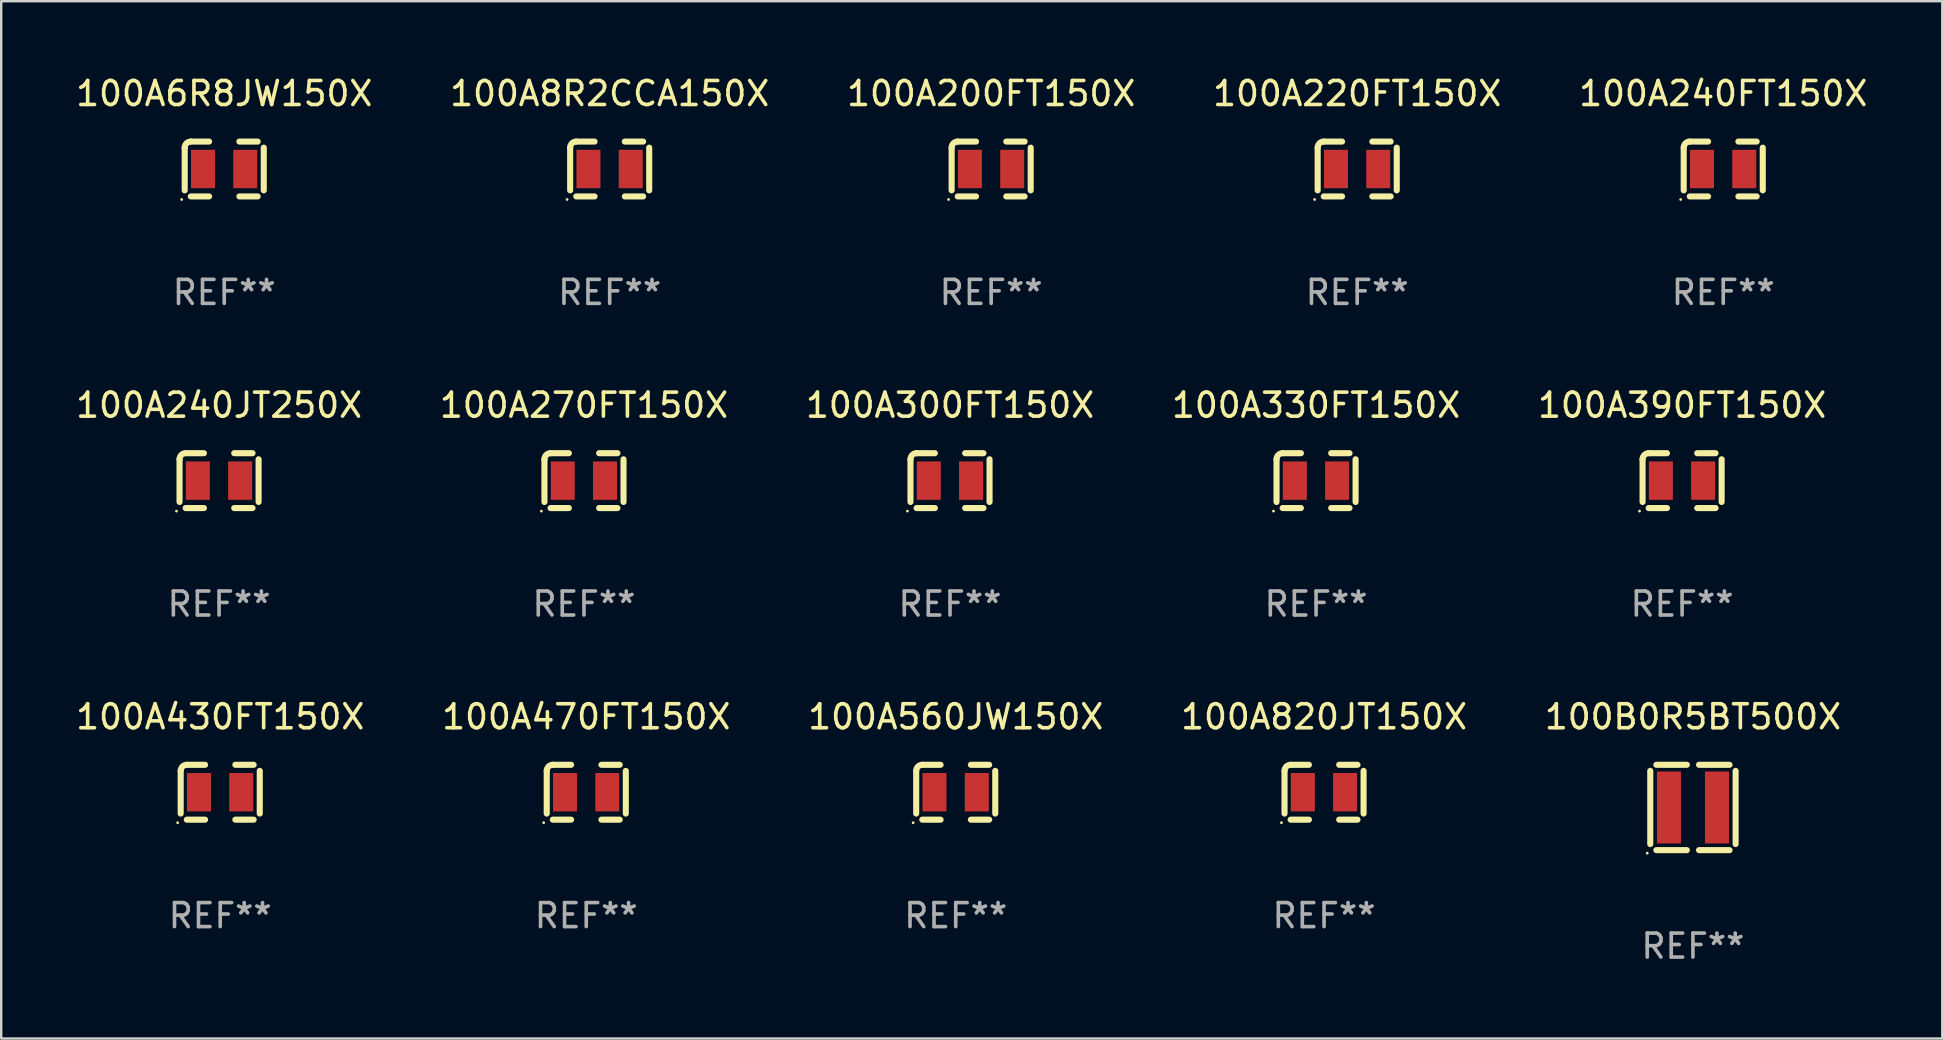
<source format=kicad_pcb>
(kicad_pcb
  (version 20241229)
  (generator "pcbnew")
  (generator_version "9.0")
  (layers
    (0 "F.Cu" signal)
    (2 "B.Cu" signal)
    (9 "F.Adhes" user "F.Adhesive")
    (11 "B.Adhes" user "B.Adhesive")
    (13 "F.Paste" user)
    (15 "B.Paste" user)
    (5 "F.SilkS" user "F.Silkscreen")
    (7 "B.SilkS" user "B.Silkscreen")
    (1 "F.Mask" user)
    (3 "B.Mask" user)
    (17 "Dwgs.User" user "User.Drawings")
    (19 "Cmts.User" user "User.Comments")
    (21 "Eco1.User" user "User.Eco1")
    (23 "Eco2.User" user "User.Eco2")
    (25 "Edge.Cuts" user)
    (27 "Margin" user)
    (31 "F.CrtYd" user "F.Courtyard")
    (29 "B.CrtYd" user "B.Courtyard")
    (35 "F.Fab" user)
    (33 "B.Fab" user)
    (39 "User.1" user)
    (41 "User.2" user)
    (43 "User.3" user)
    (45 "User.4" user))
  (footprint "100A6R8JW150X"
    (layer "F.Cu")
    (at 6.292 3.991)
    (property "Reference" "100A6R8JW150X" (at 0 -3.143 0) (layer "F.SilkS") (effects (font (size 1 1) (thickness 0.15))))
    (attr through_hole)
    (fp_line (start -1.647 -0.889) (end -1.647 0.889) (stroke (width 0.254) (type solid)) (layer "F.SilkS"))
    (fp_line (start -0.631 -1.143) (end -1.393 -1.143) (stroke (width 0.254) (type solid)) (layer "F.SilkS"))
    (fp_line (start -0.631 1.143) (end -1.393 1.143) (stroke (width 0.254) (type solid)) (layer "F.SilkS"))
    (fp_line (start 0.631 -1.143) (end 1.393 -1.143) (stroke (width 0.254) (type solid)) (layer "F.SilkS"))
    (fp_line (start 0.631 1.143) (end 1.393 1.143) (stroke (width 0.254) (type solid)) (layer "F.SilkS"))
    (fp_line (start 1.647 -0.889) (end 1.647 0.889) (stroke (width 0.254) (type solid)) (layer "F.SilkS"))
    (fp_arc (start -1.647002 -0.889002) (mid -1.572607 -1.068607) (end -1.393002 -1.143002) (stroke (width 0.254001) (type solid)) (layer "F.SilkS"))
    (fp_circle (center -1.774 1.27) (end -1.744 1.27) (stroke (width 0.06) (type solid)) (fill no) (layer "F.SilkS"))
    (fp_text user "REF**" (at 0 5.143 0) (layer "F.Fab") (effects (font (size 1 1) (thickness 0.15))))
    (pad "1" smd rect (at -0.885 0) (size 1 1.6) (layers "F.Cu" "F.Mask" "F.Paste"))
    (pad "2" smd rect (at 0.877 0) (size 1 1.6) (layers "F.Cu" "F.Mask" "F.Paste")))
  (footprint "100A470FT150X"
    (layer "F.Cu")
    (at 21.375 29.956)
    (property "Reference" "100A470FT150X" (at 0 -3.143 0) (layer "F.SilkS") (effects (font (size 1 1) (thickness 0.15))))
    (attr through_hole)
    (fp_line (start -1.647 -0.889) (end -1.647 0.889) (stroke (width 0.254) (type solid)) (layer "F.SilkS"))
    (fp_line (start -0.631 -1.143) (end -1.393 -1.143) (stroke (width 0.254) (type solid)) (layer "F.SilkS"))
    (fp_line (start -0.631 1.143) (end -1.393 1.143) (stroke (width 0.254) (type solid)) (layer "F.SilkS"))
    (fp_line (start 0.631 -1.143) (end 1.393 -1.143) (stroke (width 0.254) (type solid)) (layer "F.SilkS"))
    (fp_line (start 0.631 1.143) (end 1.393 1.143) (stroke (width 0.254) (type solid)) (layer "F.SilkS"))
    (fp_line (start 1.647 -0.889) (end 1.647 0.889) (stroke (width 0.254) (type solid)) (layer "F.SilkS"))
    (fp_arc (start -1.647002 -0.889002) (mid -1.572607 -1.068607) (end -1.393002 -1.143002) (stroke (width 0.254001) (type solid)) (layer "F.SilkS"))
    (fp_circle (center -1.774 1.27) (end -1.744 1.27) (stroke (width 0.06) (type solid)) (fill no) (layer "F.SilkS"))
    (fp_text user "REF**" (at 0 5.143 0) (layer "F.Fab") (effects (font (size 1 1) (thickness 0.15))))
    (pad "1" smd rect (at -0.885 0) (size 1 1.6) (layers "F.Cu" "F.Mask" "F.Paste"))
    (pad "2" smd rect (at 0.877 0) (size 1 1.6) (layers "F.Cu" "F.Mask" "F.Paste")))
  (footprint "100A390FT150X"
    (layer "F.Cu")
    (at 67.03 16.974)
    (property "Reference" "100A390FT150X" (at 0 -3.143 0) (layer "F.SilkS") (effects (font (size 1 1) (thickness 0.15))))
    (attr through_hole)
    (fp_line (start -1.647 -0.889) (end -1.647 0.889) (stroke (width 0.254) (type solid)) (layer "F.SilkS"))
    (fp_line (start -0.631 -1.143) (end -1.393 -1.143) (stroke (width 0.254) (type solid)) (layer "F.SilkS"))
    (fp_line (start -0.631 1.143) (end -1.393 1.143) (stroke (width 0.254) (type solid)) (layer "F.SilkS"))
    (fp_line (start 0.631 -1.143) (end 1.393 -1.143) (stroke (width 0.254) (type solid)) (layer "F.SilkS"))
    (fp_line (start 0.631 1.143) (end 1.393 1.143) (stroke (width 0.254) (type solid)) (layer "F.SilkS"))
    (fp_line (start 1.647 -0.889) (end 1.647 0.889) (stroke (width 0.254) (type solid)) (layer "F.SilkS"))
    (fp_arc (start -1.647002 -0.889002) (mid -1.572607 -1.068607) (end -1.393002 -1.143002) (stroke (width 0.254001) (type solid)) (layer "F.SilkS"))
    (fp_circle (center -1.774 1.27) (end -1.744 1.27) (stroke (width 0.06) (type solid)) (fill no) (layer "F.SilkS"))
    (fp_text user "REF**" (at 0 5.143 0) (layer "F.Fab") (effects (font (size 1 1) (thickness 0.15))))
    (pad "1" smd rect (at -0.885 0) (size 1 1.6) (layers "F.Cu" "F.Mask" "F.Paste"))
    (pad "2" smd rect (at 0.877 0) (size 1 1.6) (layers "F.Cu" "F.Mask" "F.Paste")))
  (footprint "100A430FT150X"
    (layer "F.Cu")
    (at 6.125 29.956)
    (property "Reference" "100A430FT150X" (at 0 -3.143 0) (layer "F.SilkS") (effects (font (size 1 1) (thickness 0.15))))
    (attr through_hole)
    (fp_line (start -1.647 -0.889) (end -1.647 0.889) (stroke (width 0.254) (type solid)) (layer "F.SilkS"))
    (fp_line (start -0.631 -1.143) (end -1.393 -1.143) (stroke (width 0.254) (type solid)) (layer "F.SilkS"))
    (fp_line (start -0.631 1.143) (end -1.393 1.143) (stroke (width 0.254) (type solid)) (layer "F.SilkS"))
    (fp_line (start 0.631 -1.143) (end 1.393 -1.143) (stroke (width 0.254) (type solid)) (layer "F.SilkS"))
    (fp_line (start 0.631 1.143) (end 1.393 1.143) (stroke (width 0.254) (type solid)) (layer "F.SilkS"))
    (fp_line (start 1.647 -0.889) (end 1.647 0.889) (stroke (width 0.254) (type solid)) (layer "F.SilkS"))
    (fp_arc (start -1.647002 -0.889002) (mid -1.572607 -1.068607) (end -1.393002 -1.143002) (stroke (width 0.254001) (type solid)) (layer "F.SilkS"))
    (fp_circle (center -1.774 1.27) (end -1.744 1.27) (stroke (width 0.06) (type solid)) (fill no) (layer "F.SilkS"))
    (fp_text user "REF**" (at 0 5.143 0) (layer "F.Fab") (effects (font (size 1 1) (thickness 0.15))))
    (pad "1" smd rect (at -0.885 0) (size 1 1.6) (layers "F.Cu" "F.Mask" "F.Paste"))
    (pad "2" smd rect (at 0.877 0) (size 1 1.6) (layers "F.Cu" "F.Mask" "F.Paste")))
  (footprint "100A820JT150X"
    (layer "F.Cu")
    (at 52.113 29.956)
    (property "Reference" "100A820JT150X" (at 0 -3.143 0) (layer "F.SilkS") (effects (font (size 1 1) (thickness 0.15))))
    (attr through_hole)
    (fp_line (start -1.647 -0.889) (end -1.647 0.889) (stroke (width 0.254) (type solid)) (layer "F.SilkS"))
    (fp_line (start -0.631 -1.143) (end -1.393 -1.143) (stroke (width 0.254) (type solid)) (layer "F.SilkS"))
    (fp_line (start -0.631 1.143) (end -1.393 1.143) (stroke (width 0.254) (type solid)) (layer "F.SilkS"))
    (fp_line (start 0.631 -1.143) (end 1.393 -1.143) (stroke (width 0.254) (type solid)) (layer "F.SilkS"))
    (fp_line (start 0.631 1.143) (end 1.393 1.143) (stroke (width 0.254) (type solid)) (layer "F.SilkS"))
    (fp_line (start 1.647 -0.889) (end 1.647 0.889) (stroke (width 0.254) (type solid)) (layer "F.SilkS"))
    (fp_arc (start -1.647002 -0.889002) (mid -1.572607 -1.068607) (end -1.393002 -1.143002) (stroke (width 0.254001) (type solid)) (layer "F.SilkS"))
    (fp_circle (center -1.774 1.27) (end -1.744 1.27) (stroke (width 0.06) (type solid)) (fill no) (layer "F.SilkS"))
    (fp_text user "REF**" (at 0 5.143 0) (layer "F.Fab") (effects (font (size 1 1) (thickness 0.15))))
    (pad "1" smd rect (at -0.885 0) (size 1 1.6) (layers "F.Cu" "F.Mask" "F.Paste"))
    (pad "2" smd rect (at 0.877 0) (size 1 1.6) (layers "F.Cu" "F.Mask" "F.Paste")))
  (footprint "100B0R5BT500X"
    (layer "F.Cu")
    (at 67.482 30.591)
    (property "Reference" "100B0R5BT500X" (at 0 -3.778 0) (layer "F.SilkS") (effects (font (size 1 1) (thickness 0.15))))
    (attr through_hole)
    (fp_line (start -1.778 -1.524) (end -1.778 1.524) (stroke (width 0.254) (type solid)) (layer "F.SilkS"))
    (fp_line (start -1.524 1.778) (end -0.254 1.778) (stroke (width 0.254) (type solid)) (layer "F.SilkS"))
    (fp_line (start -0.254 -1.778) (end -1.524 -1.778) (stroke (width 0.254) (type solid)) (layer "F.SilkS"))
    (fp_line (start 0.254 -1.778) (end 1.524 -1.778) (stroke (width 0.254) (type solid)) (layer "F.SilkS"))
    (fp_line (start 1.524 1.778) (end 0.254 1.778) (stroke (width 0.254) (type solid)) (layer "F.SilkS"))
    (fp_line (start 1.778 -1.524) (end 1.778 1.524) (stroke (width 0.254) (type solid)) (layer "F.SilkS"))
    (fp_circle (center -1.905 1.905) (end -1.875 1.905) (stroke (width 0.06) (type solid)) (fill no) (layer "F.SilkS"))
    (fp_text user "REF**" (at 0 5.778 0) (layer "F.Fab") (effects (font (size 1 1) (thickness 0.15))))
    (pad "1" smd rect (at -1 0) (size 1 3) (layers "F.Cu" "F.Mask" "F.Paste"))
    (pad "2" smd rect (at 1 0) (size 1 3) (layers "F.Cu" "F.Mask" "F.Paste")))
  (footprint "100A330FT150X"
    (layer "F.Cu")
    (at 51.78 16.974)
    (property "Reference" "100A330FT150X" (at 0 -3.143 0) (layer "F.SilkS") (effects (font (size 1 1) (thickness 0.15))))
    (attr through_hole)
    (fp_line (start -1.647 -0.889) (end -1.647 0.889) (stroke (width 0.254) (type solid)) (layer "F.SilkS"))
    (fp_line (start -0.631 -1.143) (end -1.393 -1.143) (stroke (width 0.254) (type solid)) (layer "F.SilkS"))
    (fp_line (start -0.631 1.143) (end -1.393 1.143) (stroke (width 0.254) (type solid)) (layer "F.SilkS"))
    (fp_line (start 0.631 -1.143) (end 1.393 -1.143) (stroke (width 0.254) (type solid)) (layer "F.SilkS"))
    (fp_line (start 0.631 1.143) (end 1.393 1.143) (stroke (width 0.254) (type solid)) (layer "F.SilkS"))
    (fp_line (start 1.647 -0.889) (end 1.647 0.889) (stroke (width 0.254) (type solid)) (layer "F.SilkS"))
    (fp_arc (start -1.647002 -0.889002) (mid -1.572607 -1.068607) (end -1.393002 -1.143002) (stroke (width 0.254001) (type solid)) (layer "F.SilkS"))
    (fp_circle (center -1.774 1.27) (end -1.744 1.27) (stroke (width 0.06) (type solid)) (fill no) (layer "F.SilkS"))
    (fp_text user "REF**" (at 0 5.143 0) (layer "F.Fab") (effects (font (size 1 1) (thickness 0.15))))
    (pad "1" smd rect (at -0.885 0) (size 1 1.6) (layers "F.Cu" "F.Mask" "F.Paste"))
    (pad "2" smd rect (at 0.877 0) (size 1 1.6) (layers "F.Cu" "F.Mask" "F.Paste")))
  (footprint "100A200FT150X"
    (layer "F.Cu")
    (at 38.244 3.991)
    (property "Reference" "100A200FT150X" (at 0 -3.143 0) (layer "F.SilkS") (effects (font (size 1 1) (thickness 0.15))))
    (attr through_hole)
    (fp_line (start -1.647 -0.889) (end -1.647 0.889) (stroke (width 0.254) (type solid)) (layer "F.SilkS"))
    (fp_line (start -0.631 -1.143) (end -1.393 -1.143) (stroke (width 0.254) (type solid)) (layer "F.SilkS"))
    (fp_line (start -0.631 1.143) (end -1.393 1.143) (stroke (width 0.254) (type solid)) (layer "F.SilkS"))
    (fp_line (start 0.631 -1.143) (end 1.393 -1.143) (stroke (width 0.254) (type solid)) (layer "F.SilkS"))
    (fp_line (start 0.631 1.143) (end 1.393 1.143) (stroke (width 0.254) (type solid)) (layer "F.SilkS"))
    (fp_line (start 1.647 -0.889) (end 1.647 0.889) (stroke (width 0.254) (type solid)) (layer "F.SilkS"))
    (fp_arc (start -1.647002 -0.889002) (mid -1.572607 -1.068607) (end -1.393002 -1.143002) (stroke (width 0.254001) (type solid)) (layer "F.SilkS"))
    (fp_circle (center -1.774 1.27) (end -1.744 1.27) (stroke (width 0.06) (type solid)) (fill no) (layer "F.SilkS"))
    (fp_text user "REF**" (at 0 5.143 0) (layer "F.Fab") (effects (font (size 1 1) (thickness 0.15))))
    (pad "1" smd rect (at -0.885 0) (size 1 1.6) (layers "F.Cu" "F.Mask" "F.Paste"))
    (pad "2" smd rect (at 0.877 0) (size 1 1.6) (layers "F.Cu" "F.Mask" "F.Paste")))
  (footprint "100A240JT250X"
    (layer "F.Cu")
    (at 6.077 16.974)
    (property "Reference" "100A240JT250X" (at 0 -3.143 0) (layer "F.SilkS") (effects (font (size 1 1) (thickness 0.15))))
    (attr through_hole)
    (fp_line (start -1.647 -0.889) (end -1.647 0.889) (stroke (width 0.254) (type solid)) (layer "F.SilkS"))
    (fp_line (start -0.631 -1.143) (end -1.393 -1.143) (stroke (width 0.254) (type solid)) (layer "F.SilkS"))
    (fp_line (start -0.631 1.143) (end -1.393 1.143) (stroke (width 0.254) (type solid)) (layer "F.SilkS"))
    (fp_line (start 0.631 -1.143) (end 1.393 -1.143) (stroke (width 0.254) (type solid)) (layer "F.SilkS"))
    (fp_line (start 0.631 1.143) (end 1.393 1.143) (stroke (width 0.254) (type solid)) (layer "F.SilkS"))
    (fp_line (start 1.647 -0.889) (end 1.647 0.889) (stroke (width 0.254) (type solid)) (layer "F.SilkS"))
    (fp_arc (start -1.647002 -0.889002) (mid -1.572607 -1.068607) (end -1.393002 -1.143002) (stroke (width 0.254001) (type solid)) (layer "F.SilkS"))
    (fp_circle (center -1.774 1.27) (end -1.744 1.27) (stroke (width 0.06) (type solid)) (fill no) (layer "F.SilkS"))
    (fp_text user "REF**" (at 0 5.143 0) (layer "F.Fab") (effects (font (size 1 1) (thickness 0.15))))
    (pad "1" smd rect (at -0.885 0) (size 1 1.6) (layers "F.Cu" "F.Mask" "F.Paste"))
    (pad "2" smd rect (at 0.877 0) (size 1 1.6) (layers "F.Cu" "F.Mask" "F.Paste")))
  (footprint "100A240FT150X"
    (layer "F.Cu")
    (at 68.744 3.991)
    (property "Reference" "100A240FT150X" (at 0 -3.143 0) (layer "F.SilkS") (effects (font (size 1 1) (thickness 0.15))))
    (attr through_hole)
    (fp_line (start -1.647 -0.889) (end -1.647 0.889) (stroke (width 0.254) (type solid)) (layer "F.SilkS"))
    (fp_line (start -0.631 -1.143) (end -1.393 -1.143) (stroke (width 0.254) (type solid)) (layer "F.SilkS"))
    (fp_line (start -0.631 1.143) (end -1.393 1.143) (stroke (width 0.254) (type solid)) (layer "F.SilkS"))
    (fp_line (start 0.631 -1.143) (end 1.393 -1.143) (stroke (width 0.254) (type solid)) (layer "F.SilkS"))
    (fp_line (start 0.631 1.143) (end 1.393 1.143) (stroke (width 0.254) (type solid)) (layer "F.SilkS"))
    (fp_line (start 1.647 -0.889) (end 1.647 0.889) (stroke (width 0.254) (type solid)) (layer "F.SilkS"))
    (fp_arc (start -1.647002 -0.889002) (mid -1.572607 -1.068607) (end -1.393002 -1.143002) (stroke (width 0.254001) (type solid)) (layer "F.SilkS"))
    (fp_circle (center -1.774 1.27) (end -1.744 1.27) (stroke (width 0.06) (type solid)) (fill no) (layer "F.SilkS"))
    (fp_text user "REF**" (at 0 5.143 0) (layer "F.Fab") (effects (font (size 1 1) (thickness 0.15))))
    (pad "1" smd rect (at -0.885 0) (size 1 1.6) (layers "F.Cu" "F.Mask" "F.Paste"))
    (pad "2" smd rect (at 0.877 0) (size 1 1.6) (layers "F.Cu" "F.Mask" "F.Paste")))
  (footprint "100A560JW150X"
    (layer "F.Cu")
    (at 36.768 29.956)
    (property "Reference" "100A560JW150X" (at 0 -3.143 0) (layer "F.SilkS") (effects (font (size 1 1) (thickness 0.15))))
    (attr through_hole)
    (fp_line (start -1.647 -0.889) (end -1.647 0.889) (stroke (width 0.254) (type solid)) (layer "F.SilkS"))
    (fp_line (start -0.631 -1.143) (end -1.393 -1.143) (stroke (width 0.254) (type solid)) (layer "F.SilkS"))
    (fp_line (start -0.631 1.143) (end -1.393 1.143) (stroke (width 0.254) (type solid)) (layer "F.SilkS"))
    (fp_line (start 0.631 -1.143) (end 1.393 -1.143) (stroke (width 0.254) (type solid)) (layer "F.SilkS"))
    (fp_line (start 0.631 1.143) (end 1.393 1.143) (stroke (width 0.254) (type solid)) (layer "F.SilkS"))
    (fp_line (start 1.647 -0.889) (end 1.647 0.889) (stroke (width 0.254) (type solid)) (layer "F.SilkS"))
    (fp_arc (start -1.647002 -0.889002) (mid -1.572607 -1.068607) (end -1.393002 -1.143002) (stroke (width 0.254001) (type solid)) (layer "F.SilkS"))
    (fp_circle (center -1.774 1.27) (end -1.744 1.27) (stroke (width 0.06) (type solid)) (fill no) (layer "F.SilkS"))
    (fp_text user "REF**" (at 0 5.143 0) (layer "F.Fab") (effects (font (size 1 1) (thickness 0.15))))
    (pad "1" smd rect (at -0.885 0) (size 1 1.6) (layers "F.Cu" "F.Mask" "F.Paste"))
    (pad "2" smd rect (at 0.877 0) (size 1 1.6) (layers "F.Cu" "F.Mask" "F.Paste")))
  (footprint "100A270FT150X"
    (layer "F.Cu")
    (at 21.28 16.974)
    (property "Reference" "100A270FT150X" (at 0 -3.143 0) (layer "F.SilkS") (effects (font (size 1 1) (thickness 0.15))))
    (attr through_hole)
    (fp_line (start -1.647 -0.889) (end -1.647 0.889) (stroke (width 0.254) (type solid)) (layer "F.SilkS"))
    (fp_line (start -0.631 -1.143) (end -1.393 -1.143) (stroke (width 0.254) (type solid)) (layer "F.SilkS"))
    (fp_line (start -0.631 1.143) (end -1.393 1.143) (stroke (width 0.254) (type solid)) (layer "F.SilkS"))
    (fp_line (start 0.631 -1.143) (end 1.393 -1.143) (stroke (width 0.254) (type solid)) (layer "F.SilkS"))
    (fp_line (start 0.631 1.143) (end 1.393 1.143) (stroke (width 0.254) (type solid)) (layer "F.SilkS"))
    (fp_line (start 1.647 -0.889) (end 1.647 0.889) (stroke (width 0.254) (type solid)) (layer "F.SilkS"))
    (fp_arc (start -1.647002 -0.889002) (mid -1.572607 -1.068607) (end -1.393002 -1.143002) (stroke (width 0.254001) (type solid)) (layer "F.SilkS"))
    (fp_circle (center -1.774 1.27) (end -1.744 1.27) (stroke (width 0.06) (type solid)) (fill no) (layer "F.SilkS"))
    (fp_text user "REF**" (at 0 5.143 0) (layer "F.Fab") (effects (font (size 1 1) (thickness 0.15))))
    (pad "1" smd rect (at -0.885 0) (size 1 1.6) (layers "F.Cu" "F.Mask" "F.Paste"))
    (pad "2" smd rect (at 0.877 0) (size 1 1.6) (layers "F.Cu" "F.Mask" "F.Paste")))
  (footprint "100A220FT150X"
    (layer "F.Cu")
    (at 53.494 3.991)
    (property "Reference" "100A220FT150X" (at 0 -3.143 0) (layer "F.SilkS") (effects (font (size 1 1) (thickness 0.15))))
    (attr through_hole)
    (fp_line (start -1.647 -0.889) (end -1.647 0.889) (stroke (width 0.254) (type solid)) (layer "F.SilkS"))
    (fp_line (start -0.631 -1.143) (end -1.393 -1.143) (stroke (width 0.254) (type solid)) (layer "F.SilkS"))
    (fp_line (start -0.631 1.143) (end -1.393 1.143) (stroke (width 0.254) (type solid)) (layer "F.SilkS"))
    (fp_line (start 0.631 -1.143) (end 1.393 -1.143) (stroke (width 0.254) (type solid)) (layer "F.SilkS"))
    (fp_line (start 0.631 1.143) (end 1.393 1.143) (stroke (width 0.254) (type solid)) (layer "F.SilkS"))
    (fp_line (start 1.647 -0.889) (end 1.647 0.889) (stroke (width 0.254) (type solid)) (layer "F.SilkS"))
    (fp_arc (start -1.647002 -0.889002) (mid -1.572607 -1.068607) (end -1.393002 -1.143002) (stroke (width 0.254001) (type solid)) (layer "F.SilkS"))
    (fp_circle (center -1.774 1.27) (end -1.744 1.27) (stroke (width 0.06) (type solid)) (fill no) (layer "F.SilkS"))
    (fp_text user "REF**" (at 0 5.143 0) (layer "F.Fab") (effects (font (size 1 1) (thickness 0.15))))
    (pad "1" smd rect (at -0.885 0) (size 1 1.6) (layers "F.Cu" "F.Mask" "F.Paste"))
    (pad "2" smd rect (at 0.877 0) (size 1 1.6) (layers "F.Cu" "F.Mask" "F.Paste")))
  (footprint "100A300FT150X"
    (layer "F.Cu")
    (at 36.53 16.974)
    (property "Reference" "100A300FT150X" (at 0 -3.143 0) (layer "F.SilkS") (effects (font (size 1 1) (thickness 0.15))))
    (attr through_hole)
    (fp_line (start -1.647 -0.889) (end -1.647 0.889) (stroke (width 0.254) (type solid)) (layer "F.SilkS"))
    (fp_line (start -0.631 -1.143) (end -1.393 -1.143) (stroke (width 0.254) (type solid)) (layer "F.SilkS"))
    (fp_line (start -0.631 1.143) (end -1.393 1.143) (stroke (width 0.254) (type solid)) (layer "F.SilkS"))
    (fp_line (start 0.631 -1.143) (end 1.393 -1.143) (stroke (width 0.254) (type solid)) (layer "F.SilkS"))
    (fp_line (start 0.631 1.143) (end 1.393 1.143) (stroke (width 0.254) (type solid)) (layer "F.SilkS"))
    (fp_line (start 1.647 -0.889) (end 1.647 0.889) (stroke (width 0.254) (type solid)) (layer "F.SilkS"))
    (fp_arc (start -1.647002 -0.889002) (mid -1.572607 -1.068607) (end -1.393002 -1.143002) (stroke (width 0.254001) (type solid)) (layer "F.SilkS"))
    (fp_circle (center -1.774 1.27) (end -1.744 1.27) (stroke (width 0.06) (type solid)) (fill no) (layer "F.SilkS"))
    (fp_text user "REF**" (at 0 5.143 0) (layer "F.Fab") (effects (font (size 1 1) (thickness 0.15))))
    (pad "1" smd rect (at -0.885 0) (size 1 1.6) (layers "F.Cu" "F.Mask" "F.Paste"))
    (pad "2" smd rect (at 0.877 0) (size 1 1.6) (layers "F.Cu" "F.Mask" "F.Paste")))
  (footprint "100A8R2CCA150X"
    (layer "F.Cu")
    (at 22.351 3.991)
    (property "Reference" "100A8R2CCA150X" (at 0 -3.143 0) (layer "F.SilkS") (effects (font (size 1 1) (thickness 0.15))))
    (attr through_hole)
    (fp_line (start -1.647 -0.889) (end -1.647 0.889) (stroke (width 0.254) (type solid)) (layer "F.SilkS"))
    (fp_line (start -0.631 -1.143) (end -1.393 -1.143) (stroke (width 0.254) (type solid)) (layer "F.SilkS"))
    (fp_line (start -0.631 1.143) (end -1.393 1.143) (stroke (width 0.254) (type solid)) (layer "F.SilkS"))
    (fp_line (start 0.631 -1.143) (end 1.393 -1.143) (stroke (width 0.254) (type solid)) (layer "F.SilkS"))
    (fp_line (start 0.631 1.143) (end 1.393 1.143) (stroke (width 0.254) (type solid)) (layer "F.SilkS"))
    (fp_line (start 1.647 -0.889) (end 1.647 0.889) (stroke (width 0.254) (type solid)) (layer "F.SilkS"))
    (fp_arc (start -1.647002 -0.889002) (mid -1.572607 -1.068607) (end -1.393002 -1.143002) (stroke (width 0.254001) (type solid)) (layer "F.SilkS"))
    (fp_circle (center -1.774 1.27) (end -1.744 1.27) (stroke (width 0.06) (type solid)) (fill no) (layer "F.SilkS"))
    (fp_text user "REF**" (at 0 5.143 0) (layer "F.Fab") (effects (font (size 1 1) (thickness 0.15))))
    (pad "1" smd rect (at -0.885 0) (size 1 1.6) (layers "F.Cu" "F.Mask" "F.Paste"))
    (pad "2" smd rect (at 0.877 0) (size 1 1.6) (layers "F.Cu" "F.Mask" "F.Paste")))
  (gr_rect
    (start -3 -3)
    (end 77.869 40.218)
    (stroke (width 0.1) (type default))
    (fill no)
    (layer "Edge.Cuts")))
</source>
